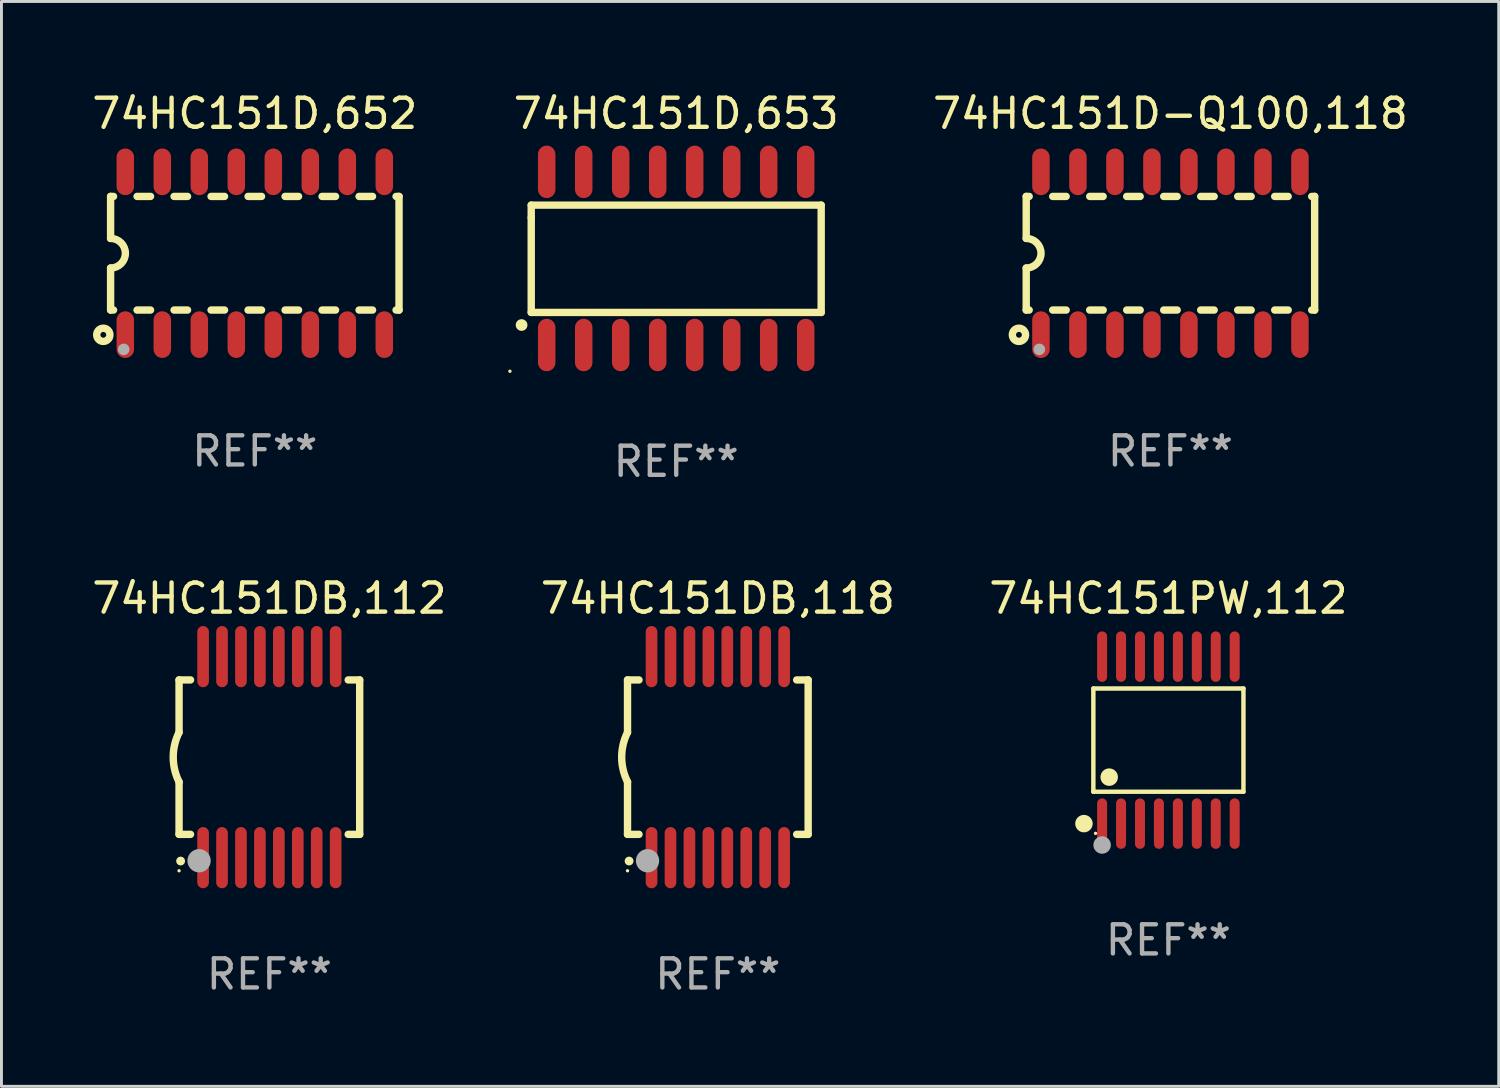
<source format=kicad_pcb>
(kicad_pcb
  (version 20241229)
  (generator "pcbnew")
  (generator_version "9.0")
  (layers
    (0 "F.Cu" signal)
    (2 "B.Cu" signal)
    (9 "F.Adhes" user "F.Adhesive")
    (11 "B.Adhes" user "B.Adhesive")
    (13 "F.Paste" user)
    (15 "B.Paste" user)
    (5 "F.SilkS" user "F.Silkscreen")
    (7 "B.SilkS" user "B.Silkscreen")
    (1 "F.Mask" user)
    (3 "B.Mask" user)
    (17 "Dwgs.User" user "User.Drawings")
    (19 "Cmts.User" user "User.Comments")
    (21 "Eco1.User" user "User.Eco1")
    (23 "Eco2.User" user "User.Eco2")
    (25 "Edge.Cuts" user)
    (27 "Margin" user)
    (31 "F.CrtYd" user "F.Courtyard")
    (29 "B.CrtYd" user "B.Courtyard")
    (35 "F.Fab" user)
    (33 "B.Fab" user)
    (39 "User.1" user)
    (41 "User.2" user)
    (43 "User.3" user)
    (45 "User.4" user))
  (footprint "74HC151DB,112"
    (layer "F.Cu")
    (at 6.196 22.938)
    (property "Reference" "74HC151DB,112" (at 0 -5.45 0) (layer "F.SilkS") (effects (font (size 1 1) (thickness 0.15))))
    (attr through_hole)
    (fp_line (start -3.1 -2.65) (end -3.1 -0.85) (stroke (width 0.254) (type solid)) (layer "F.SilkS"))
    (fp_line (start -3.1 -2.65) (end -2.706 -2.65) (stroke (width 0.254) (type solid)) (layer "F.SilkS"))
    (fp_line (start -3.1 2.65) (end -3.1 0.85) (stroke (width 0.254) (type solid)) (layer "F.SilkS"))
    (fp_line (start -3.1 2.65) (end -2.706 2.65) (stroke (width 0.254) (type solid)) (layer "F.SilkS"))
    (fp_line (start 2.706 -2.65) (end 3.1 -2.65) (stroke (width 0.254) (type solid)) (layer "F.SilkS"))
    (fp_line (start 2.706 2.65) (end 3.1 2.65) (stroke (width 0.254) (type solid)) (layer "F.SilkS"))
    (fp_line (start 3.1 -2.65) (end 3.1 2.65) (stroke (width 0.254) (type solid)) (layer "F.SilkS"))
    (fp_arc (start -3.098907 0.850902) (mid -3.300057 0.000523) (end -3.1 -0.850114) (stroke (width 0.254001) (type solid)) (layer "F.SilkS"))
    (fp_arc (start -3.048006 3.566066) (mid -3.046736 3.566061) (end -3.045466 3.566066) (stroke (width 0.3) (type solid)) (layer "F.SilkS"))
    (fp_circle (center -3.1 3.9) (end -3.07 3.9) (stroke (width 0.06) (type solid)) (fill no) (layer "F.SilkS"))
    (fp_circle (center -2.413 3.556) (end -2.213 3.556) (stroke (width 0.4) (type solid)) (fill no) (layer "F.Fab"))
    (fp_text user "REF**" (at 0 7.45 0) (layer "F.Fab") (effects (font (size 1 1) (thickness 0.15))))
    (pad "1" smd oval (at -2.275 3.45 180) (size 0.4 2.1) (layers "F.Cu" "F.Mask" "F.Paste"))
    (pad "2" smd oval (at -1.625 3.45 180) (size 0.4 2.1) (layers "F.Cu" "F.Mask" "F.Paste"))
    (pad "3" smd oval (at -0.975 3.45 180) (size 0.4 2.1) (layers "F.Cu" "F.Mask" "F.Paste"))
    (pad "4" smd oval (at -0.325 3.45 180) (size 0.4 2.1) (layers "F.Cu" "F.Mask" "F.Paste"))
    (pad "5" smd oval (at 0.325 3.45 180) (size 0.4 2.1) (layers "F.Cu" "F.Mask" "F.Paste"))
    (pad "6" smd oval (at 0.975 3.45 180) (size 0.4 2.1) (layers "F.Cu" "F.Mask" "F.Paste"))
    (pad "7" smd oval (at 1.625 3.45 180) (size 0.4 2.1) (layers "F.Cu" "F.Mask" "F.Paste"))
    (pad "8" smd oval (at 2.275 3.45 180) (size 0.4 2.1) (layers "F.Cu" "F.Mask" "F.Paste"))
    (pad "9" smd oval (at 2.275 -3.45 180) (size 0.4 2.1) (layers "F.Cu" "F.Mask" "F.Paste"))
    (pad "10" smd oval (at 1.625 -3.45 180) (size 0.4 2.1) (layers "F.Cu" "F.Mask" "F.Paste"))
    (pad "11" smd oval (at 0.975 -3.45 180) (size 0.4 2.1) (layers "F.Cu" "F.Mask" "F.Paste"))
    (pad "12" smd oval (at 0.325 -3.45 180) (size 0.4 2.1) (layers "F.Cu" "F.Mask" "F.Paste"))
    (pad "13" smd oval (at -0.325 -3.45 180) (size 0.4 2.1) (layers "F.Cu" "F.Mask" "F.Paste"))
    (pad "14" smd oval (at -0.975 -3.45 180) (size 0.4 2.1) (layers "F.Cu" "F.Mask" "F.Paste"))
    (pad "15" smd oval (at -1.625 -3.45 180) (size 0.4 2.1) (layers "F.Cu" "F.Mask" "F.Paste"))
    (pad "16" smd oval (at -2.275 -3.45 180) (size 0.4 2.1) (layers "F.Cu" "F.Mask" "F.Paste")))
  (footprint "74HC151DB,118"
    (layer "F.Cu")
    (at 21.589 22.938)
    (property "Reference" "74HC151DB,118" (at 0 -5.45 0) (layer "F.SilkS") (effects (font (size 1 1) (thickness 0.15))))
    (attr through_hole)
    (fp_line (start -3.1 -2.65) (end -3.1 -0.85) (stroke (width 0.254) (type solid)) (layer "F.SilkS"))
    (fp_line (start -3.1 -2.65) (end -2.706 -2.65) (stroke (width 0.254) (type solid)) (layer "F.SilkS"))
    (fp_line (start -3.1 2.65) (end -3.1 0.85) (stroke (width 0.254) (type solid)) (layer "F.SilkS"))
    (fp_line (start -3.1 2.65) (end -2.706 2.65) (stroke (width 0.254) (type solid)) (layer "F.SilkS"))
    (fp_line (start 2.706 -2.65) (end 3.1 -2.65) (stroke (width 0.254) (type solid)) (layer "F.SilkS"))
    (fp_line (start 2.706 2.65) (end 3.1 2.65) (stroke (width 0.254) (type solid)) (layer "F.SilkS"))
    (fp_line (start 3.1 -2.65) (end 3.1 2.65) (stroke (width 0.254) (type solid)) (layer "F.SilkS"))
    (fp_arc (start -3.098907 0.850902) (mid -3.300057 0.000523) (end -3.1 -0.850114) (stroke (width 0.254001) (type solid)) (layer "F.SilkS"))
    (fp_arc (start -3.048006 3.566066) (mid -3.046736 3.566061) (end -3.045466 3.566066) (stroke (width 0.3) (type solid)) (layer "F.SilkS"))
    (fp_circle (center -3.1 3.9) (end -3.07 3.9) (stroke (width 0.06) (type solid)) (fill no) (layer "F.SilkS"))
    (fp_circle (center -2.413 3.556) (end -2.213 3.556) (stroke (width 0.4) (type solid)) (fill no) (layer "F.Fab"))
    (fp_text user "REF**" (at 0 7.45 0) (layer "F.Fab") (effects (font (size 1 1) (thickness 0.15))))
    (pad "1" smd oval (at -2.275 3.45 180) (size 0.4 2.1) (layers "F.Cu" "F.Mask" "F.Paste"))
    (pad "2" smd oval (at -1.625 3.45 180) (size 0.4 2.1) (layers "F.Cu" "F.Mask" "F.Paste"))
    (pad "3" smd oval (at -0.975 3.45 180) (size 0.4 2.1) (layers "F.Cu" "F.Mask" "F.Paste"))
    (pad "4" smd oval (at -0.325 3.45 180) (size 0.4 2.1) (layers "F.Cu" "F.Mask" "F.Paste"))
    (pad "5" smd oval (at 0.325 3.45 180) (size 0.4 2.1) (layers "F.Cu" "F.Mask" "F.Paste"))
    (pad "6" smd oval (at 0.975 3.45 180) (size 0.4 2.1) (layers "F.Cu" "F.Mask" "F.Paste"))
    (pad "7" smd oval (at 1.625 3.45 180) (size 0.4 2.1) (layers "F.Cu" "F.Mask" "F.Paste"))
    (pad "8" smd oval (at 2.275 3.45 180) (size 0.4 2.1) (layers "F.Cu" "F.Mask" "F.Paste"))
    (pad "9" smd oval (at 2.275 -3.45 180) (size 0.4 2.1) (layers "F.Cu" "F.Mask" "F.Paste"))
    (pad "10" smd oval (at 1.625 -3.45 180) (size 0.4 2.1) (layers "F.Cu" "F.Mask" "F.Paste"))
    (pad "11" smd oval (at 0.975 -3.45 180) (size 0.4 2.1) (layers "F.Cu" "F.Mask" "F.Paste"))
    (pad "12" smd oval (at 0.325 -3.45 180) (size 0.4 2.1) (layers "F.Cu" "F.Mask" "F.Paste"))
    (pad "13" smd oval (at -0.325 -3.45 180) (size 0.4 2.1) (layers "F.Cu" "F.Mask" "F.Paste"))
    (pad "14" smd oval (at -0.975 -3.45 180) (size 0.4 2.1) (layers "F.Cu" "F.Mask" "F.Paste"))
    (pad "15" smd oval (at -1.625 -3.45 180) (size 0.4 2.1) (layers "F.Cu" "F.Mask" "F.Paste"))
    (pad "16" smd oval (at -2.275 -3.45 180) (size 0.4 2.1) (layers "F.Cu" "F.Mask" "F.Paste")))
  (footprint "74HC151D,652"
    (layer "F.Cu")
    (at 5.696 5.642)
    (property "Reference" "74HC151D,652" (at 0 -4.794 0) (layer "F.SilkS") (effects (font (size 1 1) (thickness 0.15))))
    (attr through_hole)
    (fp_line (start -4.95 -1.95) (end -4.95 -0.508) (stroke (width 0.254) (type solid)) (layer "F.SilkS"))
    (fp_line (start -4.95 -1.95) (end -4.849 -1.95) (stroke (width 0.254) (type solid)) (layer "F.SilkS"))
    (fp_line (start -4.95 1.95) (end -4.95 0.508) (stroke (width 0.254) (type solid)) (layer "F.SilkS"))
    (fp_line (start -4.95 1.95) (end -4.849 1.95) (stroke (width 0.254) (type solid)) (layer "F.SilkS"))
    (fp_line (start -4.041 -1.95) (end -3.579 -1.95) (stroke (width 0.254) (type solid)) (layer "F.SilkS"))
    (fp_line (start -4.041 1.95) (end -3.579 1.95) (stroke (width 0.254) (type solid)) (layer "F.SilkS"))
    (fp_line (start -2.771 -1.95) (end -2.309 -1.95) (stroke (width 0.254) (type solid)) (layer "F.SilkS"))
    (fp_line (start -2.771 1.95) (end -2.309 1.95) (stroke (width 0.254) (type solid)) (layer "F.SilkS"))
    (fp_line (start -1.501 -1.95) (end -1.039 -1.95) (stroke (width 0.254) (type solid)) (layer "F.SilkS"))
    (fp_line (start -1.501 1.95) (end -1.039 1.95) (stroke (width 0.254) (type solid)) (layer "F.SilkS"))
    (fp_line (start -0.231 -1.95) (end 0.231 -1.95) (stroke (width 0.254) (type solid)) (layer "F.SilkS"))
    (fp_line (start -0.231 1.95) (end 0.231 1.95) (stroke (width 0.254) (type solid)) (layer "F.SilkS"))
    (fp_line (start 1.039 -1.95) (end 1.501 -1.95) (stroke (width 0.254) (type solid)) (layer "F.SilkS"))
    (fp_line (start 1.039 1.95) (end 1.501 1.95) (stroke (width 0.254) (type solid)) (layer "F.SilkS"))
    (fp_line (start 2.309 -1.95) (end 2.771 -1.95) (stroke (width 0.254) (type solid)) (layer "F.SilkS"))
    (fp_line (start 2.309 1.95) (end 2.771 1.95) (stroke (width 0.254) (type solid)) (layer "F.SilkS"))
    (fp_line (start 3.579 -1.95) (end 4.041 -1.95) (stroke (width 0.254) (type solid)) (layer "F.SilkS"))
    (fp_line (start 3.579 1.95) (end 4.041 1.95) (stroke (width 0.254) (type solid)) (layer "F.SilkS"))
    (fp_line (start 4.849 -1.95) (end 4.95 -1.95) (stroke (width 0.254) (type solid)) (layer "F.SilkS"))
    (fp_line (start 4.849 1.95) (end 4.95 1.95) (stroke (width 0.254) (type solid)) (layer "F.SilkS"))
    (fp_line (start 4.95 -1.95) (end 4.95 1.95) (stroke (width 0.254) (type solid)) (layer "F.SilkS"))
    (fp_arc (start -4.95047 -0.508001) (mid -4.442469 -0.000228) (end -4.950013 0.508001) (stroke (width 0.254001) (type solid)) (layer "F.SilkS"))
    (fp_circle (center -5.2 2.8) (end -5.1 2.8) (stroke (width 0.254) (type solid)) (fill no) (layer "F.SilkS"))
    (fp_circle (center -4.95 2.947) (end -4.92 2.947) (stroke (width 0.06) (type solid)) (fill no) (layer "F.SilkS"))
    (fp_circle (center -4.5 3.3) (end -4.4 3.3) (stroke (width 0.2) (type solid)) (fill no) (layer "F.Fab"))
    (fp_text user "REF**" (at 0 6.794 0) (layer "F.Fab") (effects (font (size 1 1) (thickness 0.15))))
    (pad "1" smd oval (at -4.445 2.794) (size 0.6 1.6) (layers "F.Cu" "F.Mask" "F.Paste"))
    (pad "2" smd oval (at -3.175 2.794) (size 0.6 1.6) (layers "F.Cu" "F.Mask" "F.Paste"))
    (pad "3" smd oval (at -1.905 2.794) (size 0.6 1.6) (layers "F.Cu" "F.Mask" "F.Paste"))
    (pad "4" smd oval (at -0.635 2.794) (size 0.6 1.6) (layers "F.Cu" "F.Mask" "F.Paste"))
    (pad "5" smd oval (at 0.635 2.794) (size 0.6 1.6) (layers "F.Cu" "F.Mask" "F.Paste"))
    (pad "6" smd oval (at 1.905 2.794) (size 0.6 1.6) (layers "F.Cu" "F.Mask" "F.Paste"))
    (pad "7" smd oval (at 3.175 2.794) (size 0.6 1.6) (layers "F.Cu" "F.Mask" "F.Paste"))
    (pad "8" smd oval (at 4.445 2.794) (size 0.6 1.6) (layers "F.Cu" "F.Mask" "F.Paste"))
    (pad "9" smd oval (at 4.445 -2.794) (size 0.6 1.6) (layers "F.Cu" "F.Mask" "F.Paste"))
    (pad "10" smd oval (at 3.175 -2.794) (size 0.6 1.6) (layers "F.Cu" "F.Mask" "F.Paste"))
    (pad "11" smd oval (at 1.905 -2.794) (size 0.6 1.6) (layers "F.Cu" "F.Mask" "F.Paste"))
    (pad "12" smd oval (at 0.635 -2.794) (size 0.6 1.6) (layers "F.Cu" "F.Mask" "F.Paste"))
    (pad "13" smd oval (at -0.635 -2.794) (size 0.6 1.6) (layers "F.Cu" "F.Mask" "F.Paste"))
    (pad "14" smd oval (at -1.905 -2.794) (size 0.6 1.6) (layers "F.Cu" "F.Mask" "F.Paste"))
    (pad "15" smd oval (at -3.175 -2.794) (size 0.6 1.6) (layers "F.Cu" "F.Mask" "F.Paste"))
    (pad "16" smd oval (at -4.445 -2.794) (size 0.6 1.6) (layers "F.Cu" "F.Mask" "F.Paste")))
  (footprint "74HC151PW,112"
    (layer "F.Cu")
    (at 37.054 22.354)
    (property "Reference" "74HC151PW,112" (at 0 -4.866 0) (layer "F.SilkS") (effects (font (size 1 1) (thickness 0.15))))
    (attr through_hole)
    (fp_line (start -2.576 -1.772) (end 2.576 -1.772) (stroke (width 0.152) (type solid)) (layer "F.SilkS"))
    (fp_line (start -2.576 1.771) (end -2.576 -1.772) (stroke (width 0.152) (type solid)) (layer "F.SilkS"))
    (fp_line (start 2.576 -1.772) (end 2.576 1.771) (stroke (width 0.152) (type solid)) (layer "F.SilkS"))
    (fp_line (start 2.576 1.771) (end -2.576 1.771) (stroke (width 0.152) (type solid)) (layer "F.SilkS"))
    (fp_circle (center -2.899 2.866) (end -2.749 2.866) (stroke (width 0.3) (type solid)) (fill no) (layer "F.SilkS"))
    (fp_circle (center -2.5 3.2) (end -2.47 3.2) (stroke (width 0.06) (type solid)) (fill no) (layer "F.SilkS"))
    (fp_circle (center -2.032 1.27) (end -1.882 1.27) (stroke (width 0.3) (type solid)) (fill no) (layer "F.SilkS"))
    (fp_circle (center -2.275 3.6) (end -2.125 3.6) (stroke (width 0.3) (type solid)) (fill no) (layer "F.Fab"))
    (fp_text user "REF**" (at 0 6.866 0) (layer "F.Fab") (effects (font (size 1 1) (thickness 0.15))))
    (pad "1" smd oval (at -2.275 2.866) (size 0.343 1.731) (layers "F.Cu" "F.Mask" "F.Paste"))
    (pad "2" smd oval (at -1.625 2.866) (size 0.343 1.731) (layers "F.Cu" "F.Mask" "F.Paste"))
    (pad "3" smd oval (at -0.975 2.866) (size 0.343 1.731) (layers "F.Cu" "F.Mask" "F.Paste"))
    (pad "4" smd oval (at -0.325 2.866) (size 0.343 1.731) (layers "F.Cu" "F.Mask" "F.Paste"))
    (pad "5" smd oval (at 0.325 2.866) (size 0.343 1.731) (layers "F.Cu" "F.Mask" "F.Paste"))
    (pad "6" smd oval (at 0.975 2.866) (size 0.343 1.731) (layers "F.Cu" "F.Mask" "F.Paste"))
    (pad "7" smd oval (at 1.625 2.866) (size 0.343 1.731) (layers "F.Cu" "F.Mask" "F.Paste"))
    (pad "8" smd oval (at 2.275 2.866) (size 0.343 1.731) (layers "F.Cu" "F.Mask" "F.Paste"))
    (pad "9" smd oval (at 2.275 -2.866) (size 0.343 1.731) (layers "F.Cu" "F.Mask" "F.Paste"))
    (pad "10" smd oval (at 1.625 -2.866) (size 0.343 1.731) (layers "F.Cu" "F.Mask" "F.Paste"))
    (pad "11" smd oval (at 0.975 -2.866) (size 0.343 1.731) (layers "F.Cu" "F.Mask" "F.Paste"))
    (pad "12" smd oval (at 0.325 -2.866) (size 0.343 1.731) (layers "F.Cu" "F.Mask" "F.Paste"))
    (pad "13" smd oval (at -0.325 -2.866) (size 0.343 1.731) (layers "F.Cu" "F.Mask" "F.Paste"))
    (pad "14" smd oval (at -0.975 -2.866) (size 0.343 1.731) (layers "F.Cu" "F.Mask" "F.Paste"))
    (pad "15" smd oval (at -1.625 -2.866) (size 0.343 1.731) (layers "F.Cu" "F.Mask" "F.Paste"))
    (pad "16" smd oval (at -2.275 -2.866) (size 0.343 1.731) (layers "F.Cu" "F.Mask" "F.Paste")))
  (footprint "74HC151D,653"
    (layer "F.Cu")
    (at 20.16 5.82)
    (property "Reference" "74HC151D,653" (at 0 -4.972 0) (layer "F.SilkS") (effects (font (size 1 1) (thickness 0.15))))
    (attr through_hole)
    (fp_line (start -4.976 -1.829) (end -4.976 -1.4) (stroke (width 0.254) (type solid)) (layer "F.SilkS"))
    (fp_line (start -4.976 -1.4) (end -4.976 1.854) (stroke (width 0.254) (type solid)) (layer "F.SilkS"))
    (fp_line (start -4.976 1.854) (end 4.976 1.854) (stroke (width 0.254) (type solid)) (layer "F.SilkS"))
    (fp_line (start 4.976 -1.829) (end -4.976 -1.829) (stroke (width 0.254) (type solid)) (layer "F.SilkS"))
    (fp_line (start 4.976 1.854) (end 4.976 -1.829) (stroke (width 0.254) (type solid)) (layer "F.SilkS"))
    (fp_arc (start -5.308611 2.286005) (mid -5.307341 2.286001) (end -5.306071 2.286005) (stroke (width 0.4) (type solid)) (layer "F.SilkS"))
    (fp_circle (center -5.707 3.872) (end -5.677 3.872) (stroke (width 0.06) (type solid)) (fill no) (layer "F.SilkS"))
    (fp_text user "REF**" (at 0 6.972 0) (layer "F.Fab") (effects (font (size 1 1) (thickness 0.15))))
    (pad "1" smd oval (at -4.445 2.972 180) (size 0.6 1.8) (layers "F.Cu" "F.Mask" "F.Paste"))
    (pad "2" smd oval (at -3.175 2.972 180) (size 0.6 1.8) (layers "F.Cu" "F.Mask" "F.Paste"))
    (pad "3" smd oval (at -1.905 2.972 180) (size 0.6 1.8) (layers "F.Cu" "F.Mask" "F.Paste"))
    (pad "4" smd oval (at -0.635 2.972 180) (size 0.6 1.8) (layers "F.Cu" "F.Mask" "F.Paste"))
    (pad "5" smd oval (at 0.635 2.972 180) (size 0.6 1.8) (layers "F.Cu" "F.Mask" "F.Paste"))
    (pad "6" smd oval (at 1.905 2.972 180) (size 0.6 1.8) (layers "F.Cu" "F.Mask" "F.Paste"))
    (pad "7" smd oval (at 3.175 2.972 180) (size 0.6 1.8) (layers "F.Cu" "F.Mask" "F.Paste"))
    (pad "8" smd oval (at 4.445 2.972 180) (size 0.6 1.8) (layers "F.Cu" "F.Mask" "F.Paste"))
    (pad "9" smd oval (at 4.445 -2.972 180) (size 0.6 1.8) (layers "F.Cu" "F.Mask" "F.Paste"))
    (pad "10" smd oval (at 3.175 -2.972 180) (size 0.6 1.8) (layers "F.Cu" "F.Mask" "F.Paste"))
    (pad "11" smd oval (at 1.905 -2.972 180) (size 0.6 1.8) (layers "F.Cu" "F.Mask" "F.Paste"))
    (pad "12" smd oval (at 0.635 -2.972 180) (size 0.6 1.8) (layers "F.Cu" "F.Mask" "F.Paste"))
    (pad "13" smd oval (at -0.635 -2.972 180) (size 0.6 1.8) (layers "F.Cu" "F.Mask" "F.Paste"))
    (pad "14" smd oval (at -1.905 -2.972 180) (size 0.6 1.8) (layers "F.Cu" "F.Mask" "F.Paste"))
    (pad "15" smd oval (at -3.175 -2.972 180) (size 0.6 1.8) (layers "F.Cu" "F.Mask" "F.Paste"))
    (pad "16" smd oval (at -4.445 -2.972 180) (size 0.6 1.8) (layers "F.Cu" "F.Mask" "F.Paste")))
  (footprint "74HC151D-Q100,118"
    (layer "F.Cu")
    (at 37.124 5.642)
    (property "Reference" "74HC151D-Q100,118" (at 0 -4.794 0) (layer "F.SilkS") (effects (font (size 1 1) (thickness 0.15))))
    (attr through_hole)
    (fp_line (start -4.95 -1.95) (end -4.95 -0.508) (stroke (width 0.254) (type solid)) (layer "F.SilkS"))
    (fp_line (start -4.95 -1.95) (end -4.849 -1.95) (stroke (width 0.254) (type solid)) (layer "F.SilkS"))
    (fp_line (start -4.95 1.95) (end -4.95 0.508) (stroke (width 0.254) (type solid)) (layer "F.SilkS"))
    (fp_line (start -4.95 1.95) (end -4.849 1.95) (stroke (width 0.254) (type solid)) (layer "F.SilkS"))
    (fp_line (start -4.041 -1.95) (end -3.579 -1.95) (stroke (width 0.254) (type solid)) (layer "F.SilkS"))
    (fp_line (start -4.041 1.95) (end -3.579 1.95) (stroke (width 0.254) (type solid)) (layer "F.SilkS"))
    (fp_line (start -2.771 -1.95) (end -2.309 -1.95) (stroke (width 0.254) (type solid)) (layer "F.SilkS"))
    (fp_line (start -2.771 1.95) (end -2.309 1.95) (stroke (width 0.254) (type solid)) (layer "F.SilkS"))
    (fp_line (start -1.501 -1.95) (end -1.039 -1.95) (stroke (width 0.254) (type solid)) (layer "F.SilkS"))
    (fp_line (start -1.501 1.95) (end -1.039 1.95) (stroke (width 0.254) (type solid)) (layer "F.SilkS"))
    (fp_line (start -0.231 -1.95) (end 0.231 -1.95) (stroke (width 0.254) (type solid)) (layer "F.SilkS"))
    (fp_line (start -0.231 1.95) (end 0.231 1.95) (stroke (width 0.254) (type solid)) (layer "F.SilkS"))
    (fp_line (start 1.039 -1.95) (end 1.501 -1.95) (stroke (width 0.254) (type solid)) (layer "F.SilkS"))
    (fp_line (start 1.039 1.95) (end 1.501 1.95) (stroke (width 0.254) (type solid)) (layer "F.SilkS"))
    (fp_line (start 2.309 -1.95) (end 2.771 -1.95) (stroke (width 0.254) (type solid)) (layer "F.SilkS"))
    (fp_line (start 2.309 1.95) (end 2.771 1.95) (stroke (width 0.254) (type solid)) (layer "F.SilkS"))
    (fp_line (start 3.579 -1.95) (end 4.041 -1.95) (stroke (width 0.254) (type solid)) (layer "F.SilkS"))
    (fp_line (start 3.579 1.95) (end 4.041 1.95) (stroke (width 0.254) (type solid)) (layer "F.SilkS"))
    (fp_line (start 4.849 -1.95) (end 4.95 -1.95) (stroke (width 0.254) (type solid)) (layer "F.SilkS"))
    (fp_line (start 4.849 1.95) (end 4.95 1.95) (stroke (width 0.254) (type solid)) (layer "F.SilkS"))
    (fp_line (start 4.95 -1.95) (end 4.95 1.95) (stroke (width 0.254) (type solid)) (layer "F.SilkS"))
    (fp_arc (start -4.95047 -0.508001) (mid -4.442469 -0.000228) (end -4.950013 0.508001) (stroke (width 0.254001) (type solid)) (layer "F.SilkS"))
    (fp_circle (center -5.2 2.8) (end -5.1 2.8) (stroke (width 0.254) (type solid)) (fill no) (layer "F.SilkS"))
    (fp_circle (center -4.95 2.947) (end -4.92 2.947) (stroke (width 0.06) (type solid)) (fill no) (layer "F.SilkS"))
    (fp_circle (center -4.5 3.3) (end -4.4 3.3) (stroke (width 0.2) (type solid)) (fill no) (layer "F.Fab"))
    (fp_text user "REF**" (at 0 6.794 0) (layer "F.Fab") (effects (font (size 1 1) (thickness 0.15))))
    (pad "1" smd oval (at -4.445 2.794) (size 0.6 1.6) (layers "F.Cu" "F.Mask" "F.Paste"))
    (pad "2" smd oval (at -3.175 2.794) (size 0.6 1.6) (layers "F.Cu" "F.Mask" "F.Paste"))
    (pad "3" smd oval (at -1.905 2.794) (size 0.6 1.6) (layers "F.Cu" "F.Mask" "F.Paste"))
    (pad "4" smd oval (at -0.635 2.794) (size 0.6 1.6) (layers "F.Cu" "F.Mask" "F.Paste"))
    (pad "5" smd oval (at 0.635 2.794) (size 0.6 1.6) (layers "F.Cu" "F.Mask" "F.Paste"))
    (pad "6" smd oval (at 1.905 2.794) (size 0.6 1.6) (layers "F.Cu" "F.Mask" "F.Paste"))
    (pad "7" smd oval (at 3.175 2.794) (size 0.6 1.6) (layers "F.Cu" "F.Mask" "F.Paste"))
    (pad "8" smd oval (at 4.445 2.794) (size 0.6 1.6) (layers "F.Cu" "F.Mask" "F.Paste"))
    (pad "9" smd oval (at 4.445 -2.794) (size 0.6 1.6) (layers "F.Cu" "F.Mask" "F.Paste"))
    (pad "10" smd oval (at 3.175 -2.794) (size 0.6 1.6) (layers "F.Cu" "F.Mask" "F.Paste"))
    (pad "11" smd oval (at 1.905 -2.794) (size 0.6 1.6) (layers "F.Cu" "F.Mask" "F.Paste"))
    (pad "12" smd oval (at 0.635 -2.794) (size 0.6 1.6) (layers "F.Cu" "F.Mask" "F.Paste"))
    (pad "13" smd oval (at -0.635 -2.794) (size 0.6 1.6) (layers "F.Cu" "F.Mask" "F.Paste"))
    (pad "14" smd oval (at -1.905 -2.794) (size 0.6 1.6) (layers "F.Cu" "F.Mask" "F.Paste"))
    (pad "15" smd oval (at -3.175 -2.794) (size 0.6 1.6) (layers "F.Cu" "F.Mask" "F.Paste"))
    (pad "16" smd oval (at -4.445 -2.794) (size 0.6 1.6) (layers "F.Cu" "F.Mask" "F.Paste")))
  (gr_rect
    (start -3 -3)
    (end 48.392 34.237)
    (stroke (width 0.1) (type default))
    (fill no)
    (layer "Edge.Cuts")))
</source>
